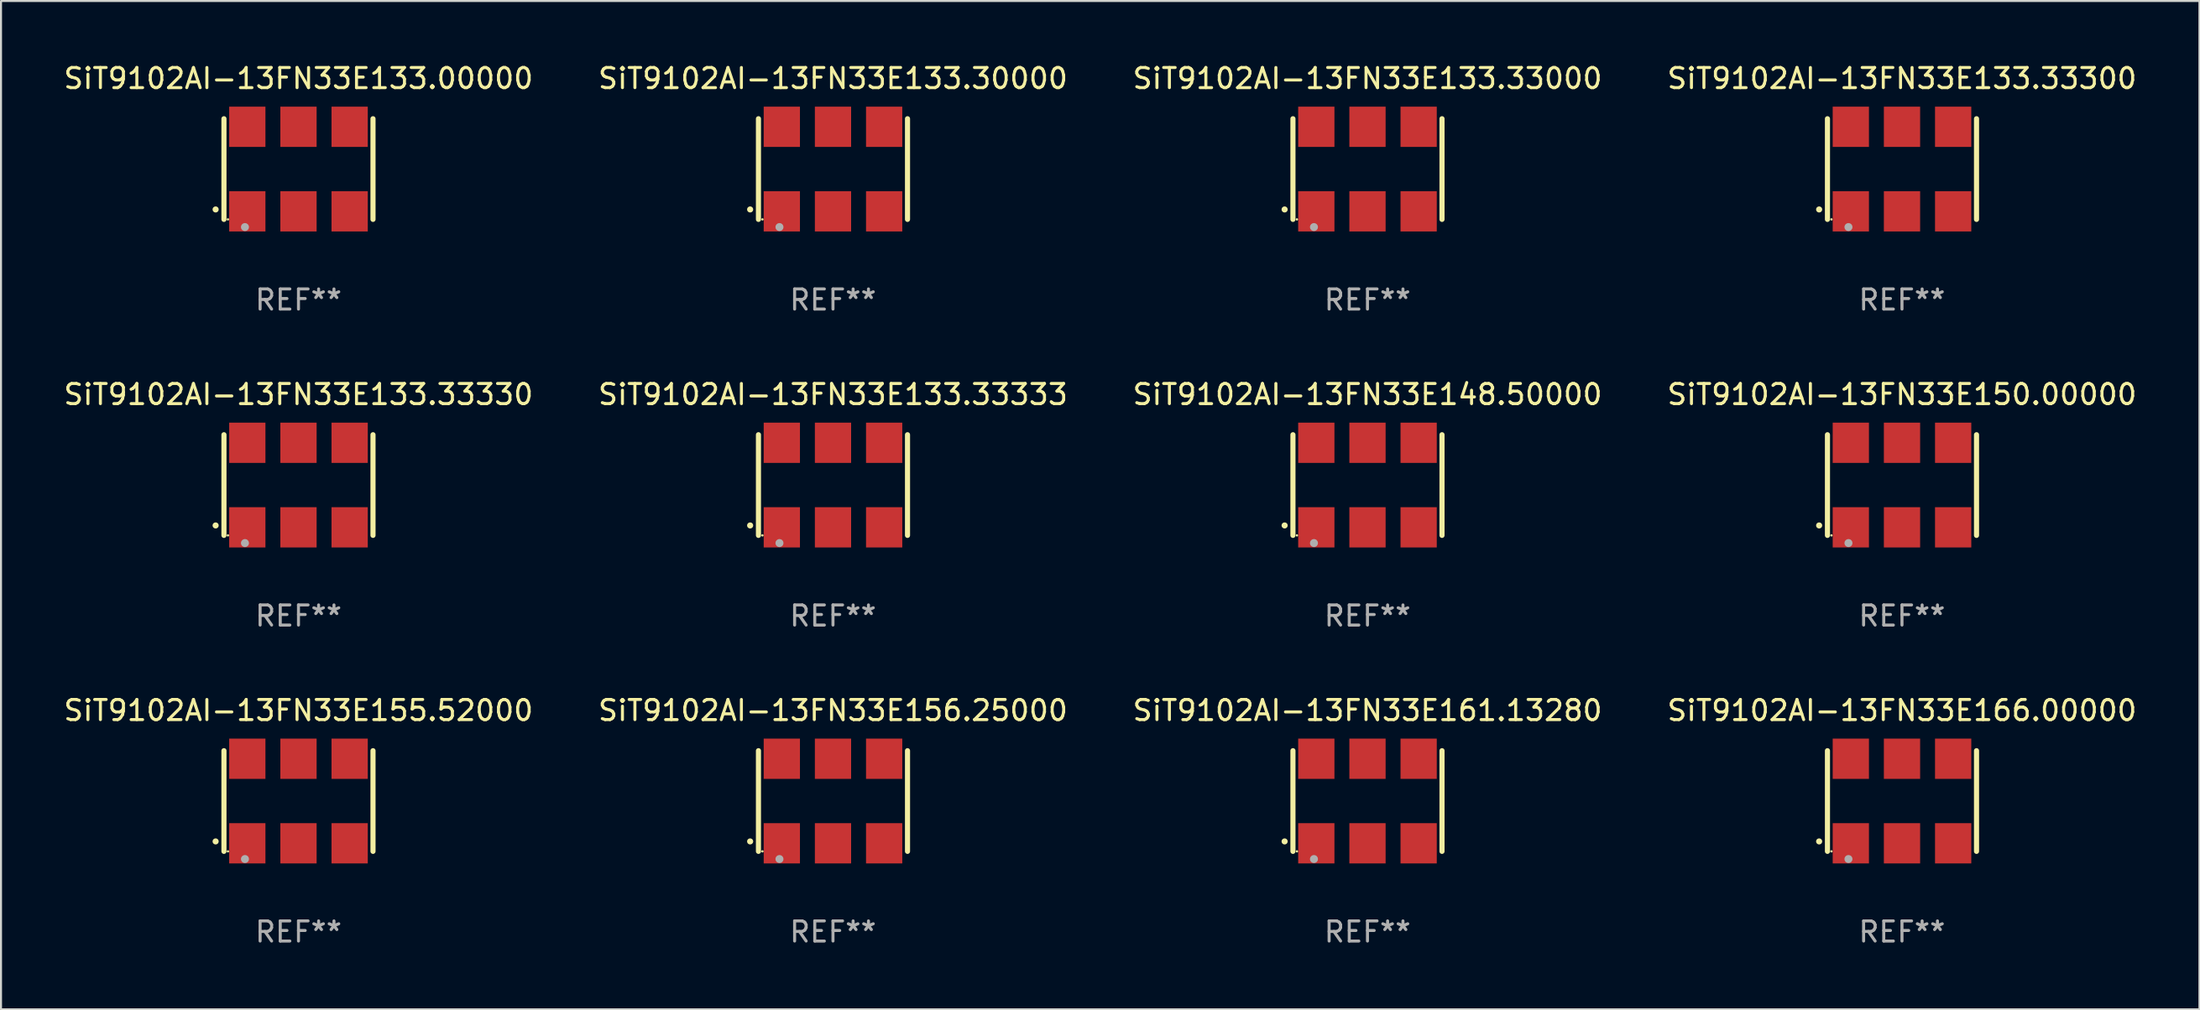
<source format=kicad_pcb>
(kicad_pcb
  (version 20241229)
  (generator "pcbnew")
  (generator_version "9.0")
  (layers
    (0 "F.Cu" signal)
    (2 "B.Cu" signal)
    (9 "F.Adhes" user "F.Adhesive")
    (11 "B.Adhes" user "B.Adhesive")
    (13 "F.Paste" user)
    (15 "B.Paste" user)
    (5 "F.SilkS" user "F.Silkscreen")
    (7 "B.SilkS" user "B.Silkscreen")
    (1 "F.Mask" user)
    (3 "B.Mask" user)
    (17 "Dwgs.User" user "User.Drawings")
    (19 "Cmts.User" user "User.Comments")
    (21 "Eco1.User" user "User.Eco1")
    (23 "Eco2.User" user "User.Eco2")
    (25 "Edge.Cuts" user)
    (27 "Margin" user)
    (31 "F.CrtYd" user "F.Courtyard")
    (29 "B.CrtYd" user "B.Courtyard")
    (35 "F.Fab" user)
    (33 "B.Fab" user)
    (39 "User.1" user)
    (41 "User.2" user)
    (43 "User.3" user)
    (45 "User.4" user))
  (footprint "SiT9102AI-13FN33E150.00000"
    (layer "F.Cu")
    (at 91.375 21.045)
    (property "Reference" "SiT9102AI-13FN33E150.00000" (at 0 -4.5 0) (layer "F.SilkS") (effects (font (size 1 1) (thickness 0.15))))
    (attr through_hole)
    (fp_line (start -3.7 -2.5) (end -3.7 2.5) (stroke (width 0.254) (type solid)) (layer "F.SilkS"))
    (fp_line (start 3.7 -2.5) (end 3.7 2.5) (stroke (width 0.254) (type solid)) (layer "F.SilkS"))
    (fp_arc (start -4.114415 2.006604) (mid -4.113145 2.006599) (end -4.111875 2.006604) (stroke (width 0.3) (type solid)) (layer "F.SilkS"))
    (fp_circle (center -3.502 2.5) (end -3.472 2.5) (stroke (width 0.06) (type solid)) (fill no) (layer "F.SilkS"))
    (fp_circle (center -2.657 2.882) (end -2.557 2.882) (stroke (width 0.2) (type solid)) (fill no) (layer "F.Fab"))
    (fp_text user "REF**" (at 0 6.5 0) (layer "F.Fab") (effects (font (size 1 1) (thickness 0.15))))
    (pad "1" smd rect (at -2.54 2.1) (size 1.8 2) (layers "F.Cu" "F.Mask" "F.Paste"))
    (pad "2" smd rect (at 0.000394 2.1) (size 1.8 2) (layers "F.Cu" "F.Mask" "F.Paste"))
    (pad "3" smd rect (at 2.54 2.1) (size 1.8 2) (layers "F.Cu" "F.Mask" "F.Paste"))
    (pad "4" smd rect (at 2.54 -2.1) (size 1.8 2) (layers "F.Cu" "F.Mask" "F.Paste"))
    (pad "5" smd rect (at 0.000394 -2.1) (size 1.8 2) (layers "F.Cu" "F.Mask" "F.Paste"))
    (pad "6" smd rect (at -2.54 -2.1) (size 1.8 2) (layers "F.Cu" "F.Mask" "F.Paste")))
  (footprint "SiT9102AI-13FN33E133.33330"
    (layer "F.Cu")
    (at 11.768 21.045)
    (property "Reference" "SiT9102AI-13FN33E133.33330" (at 0 -4.5 0) (layer "F.SilkS") (effects (font (size 1 1) (thickness 0.15))))
    (attr through_hole)
    (fp_line (start -3.7 -2.5) (end -3.7 2.5) (stroke (width 0.254) (type solid)) (layer "F.SilkS"))
    (fp_line (start 3.7 -2.5) (end 3.7 2.5) (stroke (width 0.254) (type solid)) (layer "F.SilkS"))
    (fp_arc (start -4.114415 2.006604) (mid -4.113145 2.006599) (end -4.111875 2.006604) (stroke (width 0.3) (type solid)) (layer "F.SilkS"))
    (fp_circle (center -3.502 2.5) (end -3.472 2.5) (stroke (width 0.06) (type solid)) (fill no) (layer "F.SilkS"))
    (fp_circle (center -2.657 2.882) (end -2.557 2.882) (stroke (width 0.2) (type solid)) (fill no) (layer "F.Fab"))
    (fp_text user "REF**" (at 0 6.5 0) (layer "F.Fab") (effects (font (size 1 1) (thickness 0.15))))
    (pad "1" smd rect (at -2.54 2.1) (size 1.8 2) (layers "F.Cu" "F.Mask" "F.Paste"))
    (pad "2" smd rect (at 0.000394 2.1) (size 1.8 2) (layers "F.Cu" "F.Mask" "F.Paste"))
    (pad "3" smd rect (at 2.54 2.1) (size 1.8 2) (layers "F.Cu" "F.Mask" "F.Paste"))
    (pad "4" smd rect (at 2.54 -2.1) (size 1.8 2) (layers "F.Cu" "F.Mask" "F.Paste"))
    (pad "5" smd rect (at 0.000394 -2.1) (size 1.8 2) (layers "F.Cu" "F.Mask" "F.Paste"))
    (pad "6" smd rect (at -2.54 -2.1) (size 1.8 2) (layers "F.Cu" "F.Mask" "F.Paste")))
  (footprint "SiT9102AI-13FN33E161.13280"
    (layer "F.Cu")
    (at 64.839 36.741)
    (property "Reference" "SiT9102AI-13FN33E161.13280" (at 0 -4.5 0) (layer "F.SilkS") (effects (font (size 1 1) (thickness 0.15))))
    (attr through_hole)
    (fp_line (start -3.7 -2.5) (end -3.7 2.5) (stroke (width 0.254) (type solid)) (layer "F.SilkS"))
    (fp_line (start 3.7 -2.5) (end 3.7 2.5) (stroke (width 0.254) (type solid)) (layer "F.SilkS"))
    (fp_arc (start -4.114415 2.006604) (mid -4.113145 2.006599) (end -4.111875 2.006604) (stroke (width 0.3) (type solid)) (layer "F.SilkS"))
    (fp_circle (center -3.502 2.5) (end -3.472 2.5) (stroke (width 0.06) (type solid)) (fill no) (layer "F.SilkS"))
    (fp_circle (center -2.657 2.882) (end -2.557 2.882) (stroke (width 0.2) (type solid)) (fill no) (layer "F.Fab"))
    (fp_text user "REF**" (at 0 6.5 0) (layer "F.Fab") (effects (font (size 1 1) (thickness 0.15))))
    (pad "1" smd rect (at -2.54 2.1) (size 1.8 2) (layers "F.Cu" "F.Mask" "F.Paste"))
    (pad "2" smd rect (at 0.000394 2.1) (size 1.8 2) (layers "F.Cu" "F.Mask" "F.Paste"))
    (pad "3" smd rect (at 2.54 2.1) (size 1.8 2) (layers "F.Cu" "F.Mask" "F.Paste"))
    (pad "4" smd rect (at 2.54 -2.1) (size 1.8 2) (layers "F.Cu" "F.Mask" "F.Paste"))
    (pad "5" smd rect (at 0.000394 -2.1) (size 1.8 2) (layers "F.Cu" "F.Mask" "F.Paste"))
    (pad "6" smd rect (at -2.54 -2.1) (size 1.8 2) (layers "F.Cu" "F.Mask" "F.Paste")))
  (footprint "SiT9102AI-13FN33E156.25000"
    (layer "F.Cu")
    (at 38.304 36.741)
    (property "Reference" "SiT9102AI-13FN33E156.25000" (at 0 -4.5 0) (layer "F.SilkS") (effects (font (size 1 1) (thickness 0.15))))
    (attr through_hole)
    (fp_line (start -3.7 -2.5) (end -3.7 2.5) (stroke (width 0.254) (type solid)) (layer "F.SilkS"))
    (fp_line (start 3.7 -2.5) (end 3.7 2.5) (stroke (width 0.254) (type solid)) (layer "F.SilkS"))
    (fp_arc (start -4.114415 2.006604) (mid -4.113145 2.006599) (end -4.111875 2.006604) (stroke (width 0.3) (type solid)) (layer "F.SilkS"))
    (fp_circle (center -3.502 2.5) (end -3.472 2.5) (stroke (width 0.06) (type solid)) (fill no) (layer "F.SilkS"))
    (fp_circle (center -2.657 2.882) (end -2.557 2.882) (stroke (width 0.2) (type solid)) (fill no) (layer "F.Fab"))
    (fp_text user "REF**" (at 0 6.5 0) (layer "F.Fab") (effects (font (size 1 1) (thickness 0.15))))
    (pad "1" smd rect (at -2.54 2.1) (size 1.8 2) (layers "F.Cu" "F.Mask" "F.Paste"))
    (pad "2" smd rect (at 0.000394 2.1) (size 1.8 2) (layers "F.Cu" "F.Mask" "F.Paste"))
    (pad "3" smd rect (at 2.54 2.1) (size 1.8 2) (layers "F.Cu" "F.Mask" "F.Paste"))
    (pad "4" smd rect (at 2.54 -2.1) (size 1.8 2) (layers "F.Cu" "F.Mask" "F.Paste"))
    (pad "5" smd rect (at 0.000394 -2.1) (size 1.8 2) (layers "F.Cu" "F.Mask" "F.Paste"))
    (pad "6" smd rect (at -2.54 -2.1) (size 1.8 2) (layers "F.Cu" "F.Mask" "F.Paste")))
  (footprint "SiT9102AI-13FN33E166.00000"
    (layer "F.Cu")
    (at 91.375 36.741)
    (property "Reference" "SiT9102AI-13FN33E166.00000" (at 0 -4.5 0) (layer "F.SilkS") (effects (font (size 1 1) (thickness 0.15))))
    (attr through_hole)
    (fp_line (start -3.7 -2.5) (end -3.7 2.5) (stroke (width 0.254) (type solid)) (layer "F.SilkS"))
    (fp_line (start 3.7 -2.5) (end 3.7 2.5) (stroke (width 0.254) (type solid)) (layer "F.SilkS"))
    (fp_arc (start -4.114415 2.006604) (mid -4.113145 2.006599) (end -4.111875 2.006604) (stroke (width 0.3) (type solid)) (layer "F.SilkS"))
    (fp_circle (center -3.502 2.5) (end -3.472 2.5) (stroke (width 0.06) (type solid)) (fill no) (layer "F.SilkS"))
    (fp_circle (center -2.657 2.882) (end -2.557 2.882) (stroke (width 0.2) (type solid)) (fill no) (layer "F.Fab"))
    (fp_text user "REF**" (at 0 6.5 0) (layer "F.Fab") (effects (font (size 1 1) (thickness 0.15))))
    (pad "1" smd rect (at -2.54 2.1) (size 1.8 2) (layers "F.Cu" "F.Mask" "F.Paste"))
    (pad "2" smd rect (at 0.000394 2.1) (size 1.8 2) (layers "F.Cu" "F.Mask" "F.Paste"))
    (pad "3" smd rect (at 2.54 2.1) (size 1.8 2) (layers "F.Cu" "F.Mask" "F.Paste"))
    (pad "4" smd rect (at 2.54 -2.1) (size 1.8 2) (layers "F.Cu" "F.Mask" "F.Paste"))
    (pad "5" smd rect (at 0.000394 -2.1) (size 1.8 2) (layers "F.Cu" "F.Mask" "F.Paste"))
    (pad "6" smd rect (at -2.54 -2.1) (size 1.8 2) (layers "F.Cu" "F.Mask" "F.Paste")))
  (footprint "SiT9102AI-13FN33E155.52000"
    (layer "F.Cu")
    (at 11.768 36.741)
    (property "Reference" "SiT9102AI-13FN33E155.52000" (at 0 -4.5 0) (layer "F.SilkS") (effects (font (size 1 1) (thickness 0.15))))
    (attr through_hole)
    (fp_line (start -3.7 -2.5) (end -3.7 2.5) (stroke (width 0.254) (type solid)) (layer "F.SilkS"))
    (fp_line (start 3.7 -2.5) (end 3.7 2.5) (stroke (width 0.254) (type solid)) (layer "F.SilkS"))
    (fp_arc (start -4.114415 2.006604) (mid -4.113145 2.006599) (end -4.111875 2.006604) (stroke (width 0.3) (type solid)) (layer "F.SilkS"))
    (fp_circle (center -3.502 2.5) (end -3.472 2.5) (stroke (width 0.06) (type solid)) (fill no) (layer "F.SilkS"))
    (fp_circle (center -2.657 2.882) (end -2.557 2.882) (stroke (width 0.2) (type solid)) (fill no) (layer "F.Fab"))
    (fp_text user "REF**" (at 0 6.5 0) (layer "F.Fab") (effects (font (size 1 1) (thickness 0.15))))
    (pad "1" smd rect (at -2.54 2.1) (size 1.8 2) (layers "F.Cu" "F.Mask" "F.Paste"))
    (pad "2" smd rect (at 0.000394 2.1) (size 1.8 2) (layers "F.Cu" "F.Mask" "F.Paste"))
    (pad "3" smd rect (at 2.54 2.1) (size 1.8 2) (layers "F.Cu" "F.Mask" "F.Paste"))
    (pad "4" smd rect (at 2.54 -2.1) (size 1.8 2) (layers "F.Cu" "F.Mask" "F.Paste"))
    (pad "5" smd rect (at 0.000394 -2.1) (size 1.8 2) (layers "F.Cu" "F.Mask" "F.Paste"))
    (pad "6" smd rect (at -2.54 -2.1) (size 1.8 2) (layers "F.Cu" "F.Mask" "F.Paste")))
  (footprint "SiT9102AI-13FN33E133.33300"
    (layer "F.Cu")
    (at 91.375 5.348)
    (property "Reference" "SiT9102AI-13FN33E133.33300" (at 0 -4.5 0) (layer "F.SilkS") (effects (font (size 1 1) (thickness 0.15))))
    (attr through_hole)
    (fp_line (start -3.7 -2.5) (end -3.7 2.5) (stroke (width 0.254) (type solid)) (layer "F.SilkS"))
    (fp_line (start 3.7 -2.5) (end 3.7 2.5) (stroke (width 0.254) (type solid)) (layer "F.SilkS"))
    (fp_arc (start -4.114415 2.006604) (mid -4.113145 2.006599) (end -4.111875 2.006604) (stroke (width 0.3) (type solid)) (layer "F.SilkS"))
    (fp_circle (center -3.502 2.5) (end -3.472 2.5) (stroke (width 0.06) (type solid)) (fill no) (layer "F.SilkS"))
    (fp_circle (center -2.657 2.882) (end -2.557 2.882) (stroke (width 0.2) (type solid)) (fill no) (layer "F.Fab"))
    (fp_text user "REF**" (at 0 6.5 0) (layer "F.Fab") (effects (font (size 1 1) (thickness 0.15))))
    (pad "1" smd rect (at -2.54 2.1) (size 1.8 2) (layers "F.Cu" "F.Mask" "F.Paste"))
    (pad "2" smd rect (at 0.000394 2.1) (size 1.8 2) (layers "F.Cu" "F.Mask" "F.Paste"))
    (pad "3" smd rect (at 2.54 2.1) (size 1.8 2) (layers "F.Cu" "F.Mask" "F.Paste"))
    (pad "4" smd rect (at 2.54 -2.1) (size 1.8 2) (layers "F.Cu" "F.Mask" "F.Paste"))
    (pad "5" smd rect (at 0.000394 -2.1) (size 1.8 2) (layers "F.Cu" "F.Mask" "F.Paste"))
    (pad "6" smd rect (at -2.54 -2.1) (size 1.8 2) (layers "F.Cu" "F.Mask" "F.Paste")))
  (footprint "SiT9102AI-13FN33E133.30000"
    (layer "F.Cu")
    (at 38.304 5.348)
    (property "Reference" "SiT9102AI-13FN33E133.30000" (at 0 -4.5 0) (layer "F.SilkS") (effects (font (size 1 1) (thickness 0.15))))
    (attr through_hole)
    (fp_line (start -3.7 -2.5) (end -3.7 2.5) (stroke (width 0.254) (type solid)) (layer "F.SilkS"))
    (fp_line (start 3.7 -2.5) (end 3.7 2.5) (stroke (width 0.254) (type solid)) (layer "F.SilkS"))
    (fp_arc (start -4.114415 2.006604) (mid -4.113145 2.006599) (end -4.111875 2.006604) (stroke (width 0.3) (type solid)) (layer "F.SilkS"))
    (fp_circle (center -3.502 2.5) (end -3.472 2.5) (stroke (width 0.06) (type solid)) (fill no) (layer "F.SilkS"))
    (fp_circle (center -2.657 2.882) (end -2.557 2.882) (stroke (width 0.2) (type solid)) (fill no) (layer "F.Fab"))
    (fp_text user "REF**" (at 0 6.5 0) (layer "F.Fab") (effects (font (size 1 1) (thickness 0.15))))
    (pad "1" smd rect (at -2.54 2.1) (size 1.8 2) (layers "F.Cu" "F.Mask" "F.Paste"))
    (pad "2" smd rect (at 0.000394 2.1) (size 1.8 2) (layers "F.Cu" "F.Mask" "F.Paste"))
    (pad "3" smd rect (at 2.54 2.1) (size 1.8 2) (layers "F.Cu" "F.Mask" "F.Paste"))
    (pad "4" smd rect (at 2.54 -2.1) (size 1.8 2) (layers "F.Cu" "F.Mask" "F.Paste"))
    (pad "5" smd rect (at 0.000394 -2.1) (size 1.8 2) (layers "F.Cu" "F.Mask" "F.Paste"))
    (pad "6" smd rect (at -2.54 -2.1) (size 1.8 2) (layers "F.Cu" "F.Mask" "F.Paste")))
  (footprint "SiT9102AI-13FN33E133.33000"
    (layer "F.Cu")
    (at 64.839 5.348)
    (property "Reference" "SiT9102AI-13FN33E133.33000" (at 0 -4.5 0) (layer "F.SilkS") (effects (font (size 1 1) (thickness 0.15))))
    (attr through_hole)
    (fp_line (start -3.7 -2.5) (end -3.7 2.5) (stroke (width 0.254) (type solid)) (layer "F.SilkS"))
    (fp_line (start 3.7 -2.5) (end 3.7 2.5) (stroke (width 0.254) (type solid)) (layer "F.SilkS"))
    (fp_arc (start -4.114415 2.006604) (mid -4.113145 2.006599) (end -4.111875 2.006604) (stroke (width 0.3) (type solid)) (layer "F.SilkS"))
    (fp_circle (center -3.502 2.5) (end -3.472 2.5) (stroke (width 0.06) (type solid)) (fill no) (layer "F.SilkS"))
    (fp_circle (center -2.657 2.882) (end -2.557 2.882) (stroke (width 0.2) (type solid)) (fill no) (layer "F.Fab"))
    (fp_text user "REF**" (at 0 6.5 0) (layer "F.Fab") (effects (font (size 1 1) (thickness 0.15))))
    (pad "1" smd rect (at -2.54 2.1) (size 1.8 2) (layers "F.Cu" "F.Mask" "F.Paste"))
    (pad "2" smd rect (at 0.000394 2.1) (size 1.8 2) (layers "F.Cu" "F.Mask" "F.Paste"))
    (pad "3" smd rect (at 2.54 2.1) (size 1.8 2) (layers "F.Cu" "F.Mask" "F.Paste"))
    (pad "4" smd rect (at 2.54 -2.1) (size 1.8 2) (layers "F.Cu" "F.Mask" "F.Paste"))
    (pad "5" smd rect (at 0.000394 -2.1) (size 1.8 2) (layers "F.Cu" "F.Mask" "F.Paste"))
    (pad "6" smd rect (at -2.54 -2.1) (size 1.8 2) (layers "F.Cu" "F.Mask" "F.Paste")))
  (footprint "SiT9102AI-13FN33E133.00000"
    (layer "F.Cu")
    (at 11.768 5.348)
    (property "Reference" "SiT9102AI-13FN33E133.00000" (at 0 -4.5 0) (layer "F.SilkS") (effects (font (size 1 1) (thickness 0.15))))
    (attr through_hole)
    (fp_line (start -3.7 -2.5) (end -3.7 2.5) (stroke (width 0.254) (type solid)) (layer "F.SilkS"))
    (fp_line (start 3.7 -2.5) (end 3.7 2.5) (stroke (width 0.254) (type solid)) (layer "F.SilkS"))
    (fp_arc (start -4.114415 2.006604) (mid -4.113145 2.006599) (end -4.111875 2.006604) (stroke (width 0.3) (type solid)) (layer "F.SilkS"))
    (fp_circle (center -3.502 2.5) (end -3.472 2.5) (stroke (width 0.06) (type solid)) (fill no) (layer "F.SilkS"))
    (fp_circle (center -2.657 2.882) (end -2.557 2.882) (stroke (width 0.2) (type solid)) (fill no) (layer "F.Fab"))
    (fp_text user "REF**" (at 0 6.5 0) (layer "F.Fab") (effects (font (size 1 1) (thickness 0.15))))
    (pad "1" smd rect (at -2.54 2.1) (size 1.8 2) (layers "F.Cu" "F.Mask" "F.Paste"))
    (pad "2" smd rect (at 0.000394 2.1) (size 1.8 2) (layers "F.Cu" "F.Mask" "F.Paste"))
    (pad "3" smd rect (at 2.54 2.1) (size 1.8 2) (layers "F.Cu" "F.Mask" "F.Paste"))
    (pad "4" smd rect (at 2.54 -2.1) (size 1.8 2) (layers "F.Cu" "F.Mask" "F.Paste"))
    (pad "5" smd rect (at 0.000394 -2.1) (size 1.8 2) (layers "F.Cu" "F.Mask" "F.Paste"))
    (pad "6" smd rect (at -2.54 -2.1) (size 1.8 2) (layers "F.Cu" "F.Mask" "F.Paste")))
  (footprint "SiT9102AI-13FN33E148.50000"
    (layer "F.Cu")
    (at 64.839 21.045)
    (property "Reference" "SiT9102AI-13FN33E148.50000" (at 0 -4.5 0) (layer "F.SilkS") (effects (font (size 1 1) (thickness 0.15))))
    (attr through_hole)
    (fp_line (start -3.7 -2.5) (end -3.7 2.5) (stroke (width 0.254) (type solid)) (layer "F.SilkS"))
    (fp_line (start 3.7 -2.5) (end 3.7 2.5) (stroke (width 0.254) (type solid)) (layer "F.SilkS"))
    (fp_arc (start -4.114415 2.006604) (mid -4.113145 2.006599) (end -4.111875 2.006604) (stroke (width 0.3) (type solid)) (layer "F.SilkS"))
    (fp_circle (center -3.502 2.5) (end -3.472 2.5) (stroke (width 0.06) (type solid)) (fill no) (layer "F.SilkS"))
    (fp_circle (center -2.657 2.882) (end -2.557 2.882) (stroke (width 0.2) (type solid)) (fill no) (layer "F.Fab"))
    (fp_text user "REF**" (at 0 6.5 0) (layer "F.Fab") (effects (font (size 1 1) (thickness 0.15))))
    (pad "1" smd rect (at -2.54 2.1) (size 1.8 2) (layers "F.Cu" "F.Mask" "F.Paste"))
    (pad "2" smd rect (at 0.000394 2.1) (size 1.8 2) (layers "F.Cu" "F.Mask" "F.Paste"))
    (pad "3" smd rect (at 2.54 2.1) (size 1.8 2) (layers "F.Cu" "F.Mask" "F.Paste"))
    (pad "4" smd rect (at 2.54 -2.1) (size 1.8 2) (layers "F.Cu" "F.Mask" "F.Paste"))
    (pad "5" smd rect (at 0.000394 -2.1) (size 1.8 2) (layers "F.Cu" "F.Mask" "F.Paste"))
    (pad "6" smd rect (at -2.54 -2.1) (size 1.8 2) (layers "F.Cu" "F.Mask" "F.Paste")))
  (footprint "SiT9102AI-13FN33E133.33333"
    (layer "F.Cu")
    (at 38.304 21.045)
    (property "Reference" "SiT9102AI-13FN33E133.33333" (at 0 -4.5 0) (layer "F.SilkS") (effects (font (size 1 1) (thickness 0.15))))
    (attr through_hole)
    (fp_line (start -3.7 -2.5) (end -3.7 2.5) (stroke (width 0.254) (type solid)) (layer "F.SilkS"))
    (fp_line (start 3.7 -2.5) (end 3.7 2.5) (stroke (width 0.254) (type solid)) (layer "F.SilkS"))
    (fp_arc (start -4.114415 2.006604) (mid -4.113145 2.006599) (end -4.111875 2.006604) (stroke (width 0.3) (type solid)) (layer "F.SilkS"))
    (fp_circle (center -3.502 2.5) (end -3.472 2.5) (stroke (width 0.06) (type solid)) (fill no) (layer "F.SilkS"))
    (fp_circle (center -2.657 2.882) (end -2.557 2.882) (stroke (width 0.2) (type solid)) (fill no) (layer "F.Fab"))
    (fp_text user "REF**" (at 0 6.5 0) (layer "F.Fab") (effects (font (size 1 1) (thickness 0.15))))
    (pad "1" smd rect (at -2.54 2.1) (size 1.8 2) (layers "F.Cu" "F.Mask" "F.Paste"))
    (pad "2" smd rect (at 0.000394 2.1) (size 1.8 2) (layers "F.Cu" "F.Mask" "F.Paste"))
    (pad "3" smd rect (at 2.54 2.1) (size 1.8 2) (layers "F.Cu" "F.Mask" "F.Paste"))
    (pad "4" smd rect (at 2.54 -2.1) (size 1.8 2) (layers "F.Cu" "F.Mask" "F.Paste"))
    (pad "5" smd rect (at 0.000394 -2.1) (size 1.8 2) (layers "F.Cu" "F.Mask" "F.Paste"))
    (pad "6" smd rect (at -2.54 -2.1) (size 1.8 2) (layers "F.Cu" "F.Mask" "F.Paste")))
  (gr_rect
    (start -3 -3)
    (end 106.143 47.09)
    (stroke (width 0.1) (type default))
    (fill no)
    (layer "Edge.Cuts")))
</source>
